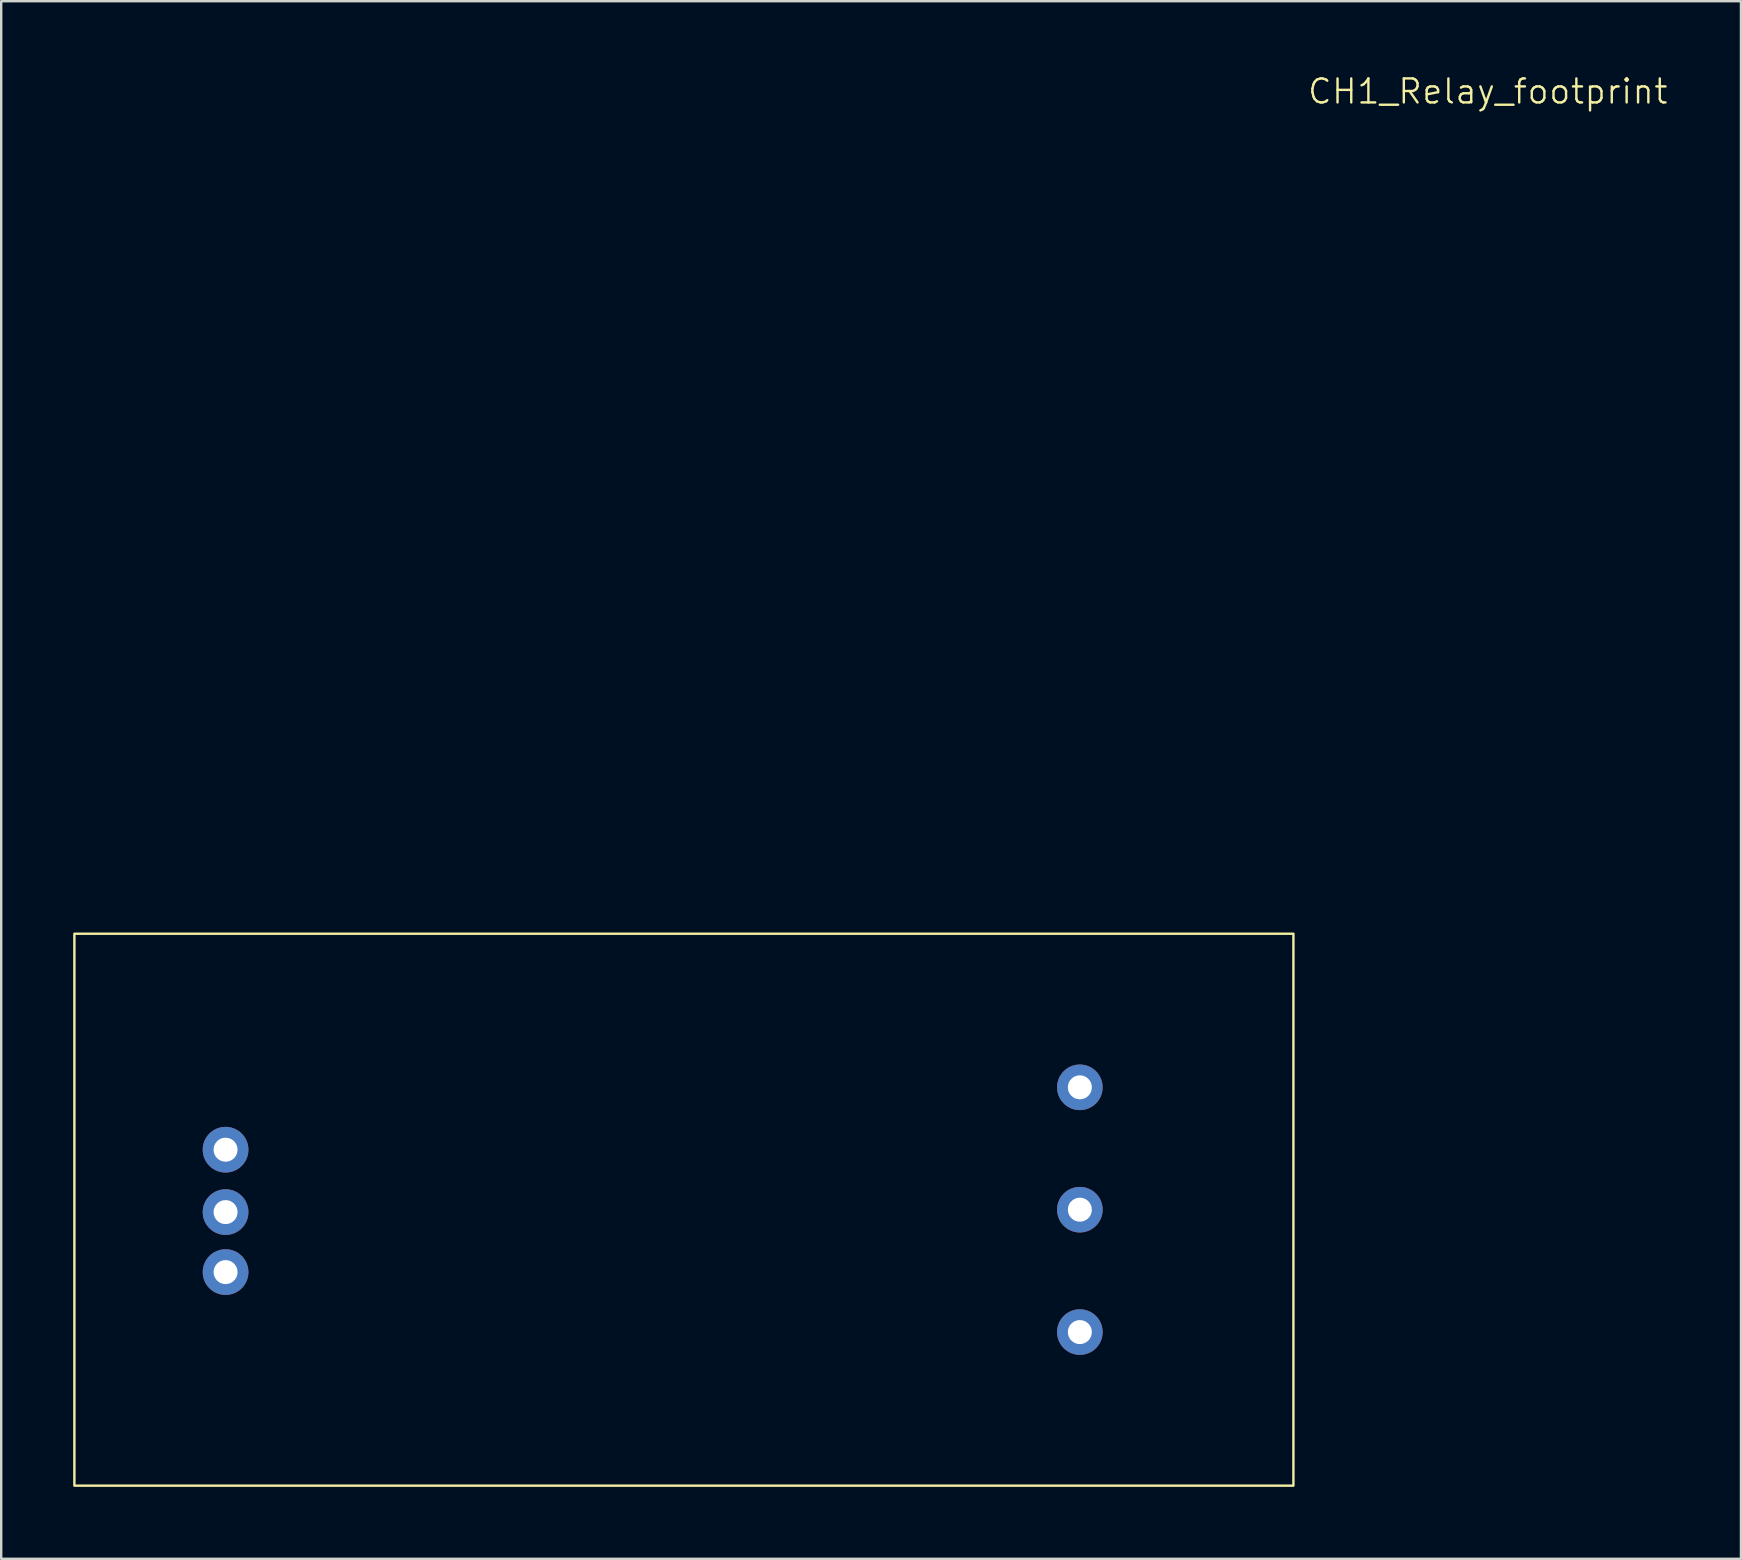
<source format=kicad_pcb>
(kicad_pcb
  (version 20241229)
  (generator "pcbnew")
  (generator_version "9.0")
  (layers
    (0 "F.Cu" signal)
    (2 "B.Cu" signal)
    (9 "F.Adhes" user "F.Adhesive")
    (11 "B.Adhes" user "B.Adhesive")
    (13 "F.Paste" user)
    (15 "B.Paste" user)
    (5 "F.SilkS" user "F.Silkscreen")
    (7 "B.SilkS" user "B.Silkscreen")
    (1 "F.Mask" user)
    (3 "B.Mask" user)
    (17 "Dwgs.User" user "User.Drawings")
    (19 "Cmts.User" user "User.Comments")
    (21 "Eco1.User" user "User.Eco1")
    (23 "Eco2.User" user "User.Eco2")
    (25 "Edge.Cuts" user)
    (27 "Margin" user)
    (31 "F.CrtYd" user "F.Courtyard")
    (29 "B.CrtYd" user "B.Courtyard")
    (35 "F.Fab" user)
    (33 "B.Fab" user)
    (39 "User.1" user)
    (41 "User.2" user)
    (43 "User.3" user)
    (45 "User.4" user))
  (footprint "CH1_Relay_footprint"
    (layer "F.Cu")
    (at 26.45 47.961)
    (property "Reference" "CH1_Relay_footprint" (at 32.5 -47.2 0) (unlocked yes) (layer "F.SilkS") (effects (font (size 1 1) (thickness 0.1))))
    (attr smd)
    (fp_rect (start -26.4 -12.1) (end 24.4 10.9) (stroke (width 0.1) (type default)) (fill no) (layer "F.SilkS"))
    (pad "1" thru_hole circle (at -20.1 -3.1) (size 1.905 1.905) (drill 1) (layers "*.Cu" "*.Mask"))
    (pad "2" thru_hole circle (at -20.1 -0.5) (size 1.905 1.905) (drill 1) (layers "*.Cu" "*.Mask"))
    (pad "3" thru_hole circle (at -20.1 2) (size 1.905 1.905) (drill 1) (layers "*.Cu" "*.Mask"))
    (pad "4" thru_hole circle (at 15.5 -5.7) (size 1.9 1.9) (drill 1) (layers "*.Cu" "*.Mask"))
    (pad "5" thru_hole circle (at 15.5 -0.6) (size 1.9 1.9) (drill 1) (layers "*.Cu" "*.Mask"))
    (pad "6" thru_hole circle (at 15.5 4.5) (size 1.9 1.9) (drill 1) (layers "*.Cu" "*.Mask")))
  (gr_rect
    (start -3 -3)
    (end 69.5 61.91)
    (stroke (width 0.1) (type default))
    (fill no)
    (layer "Edge.Cuts")))
</source>
